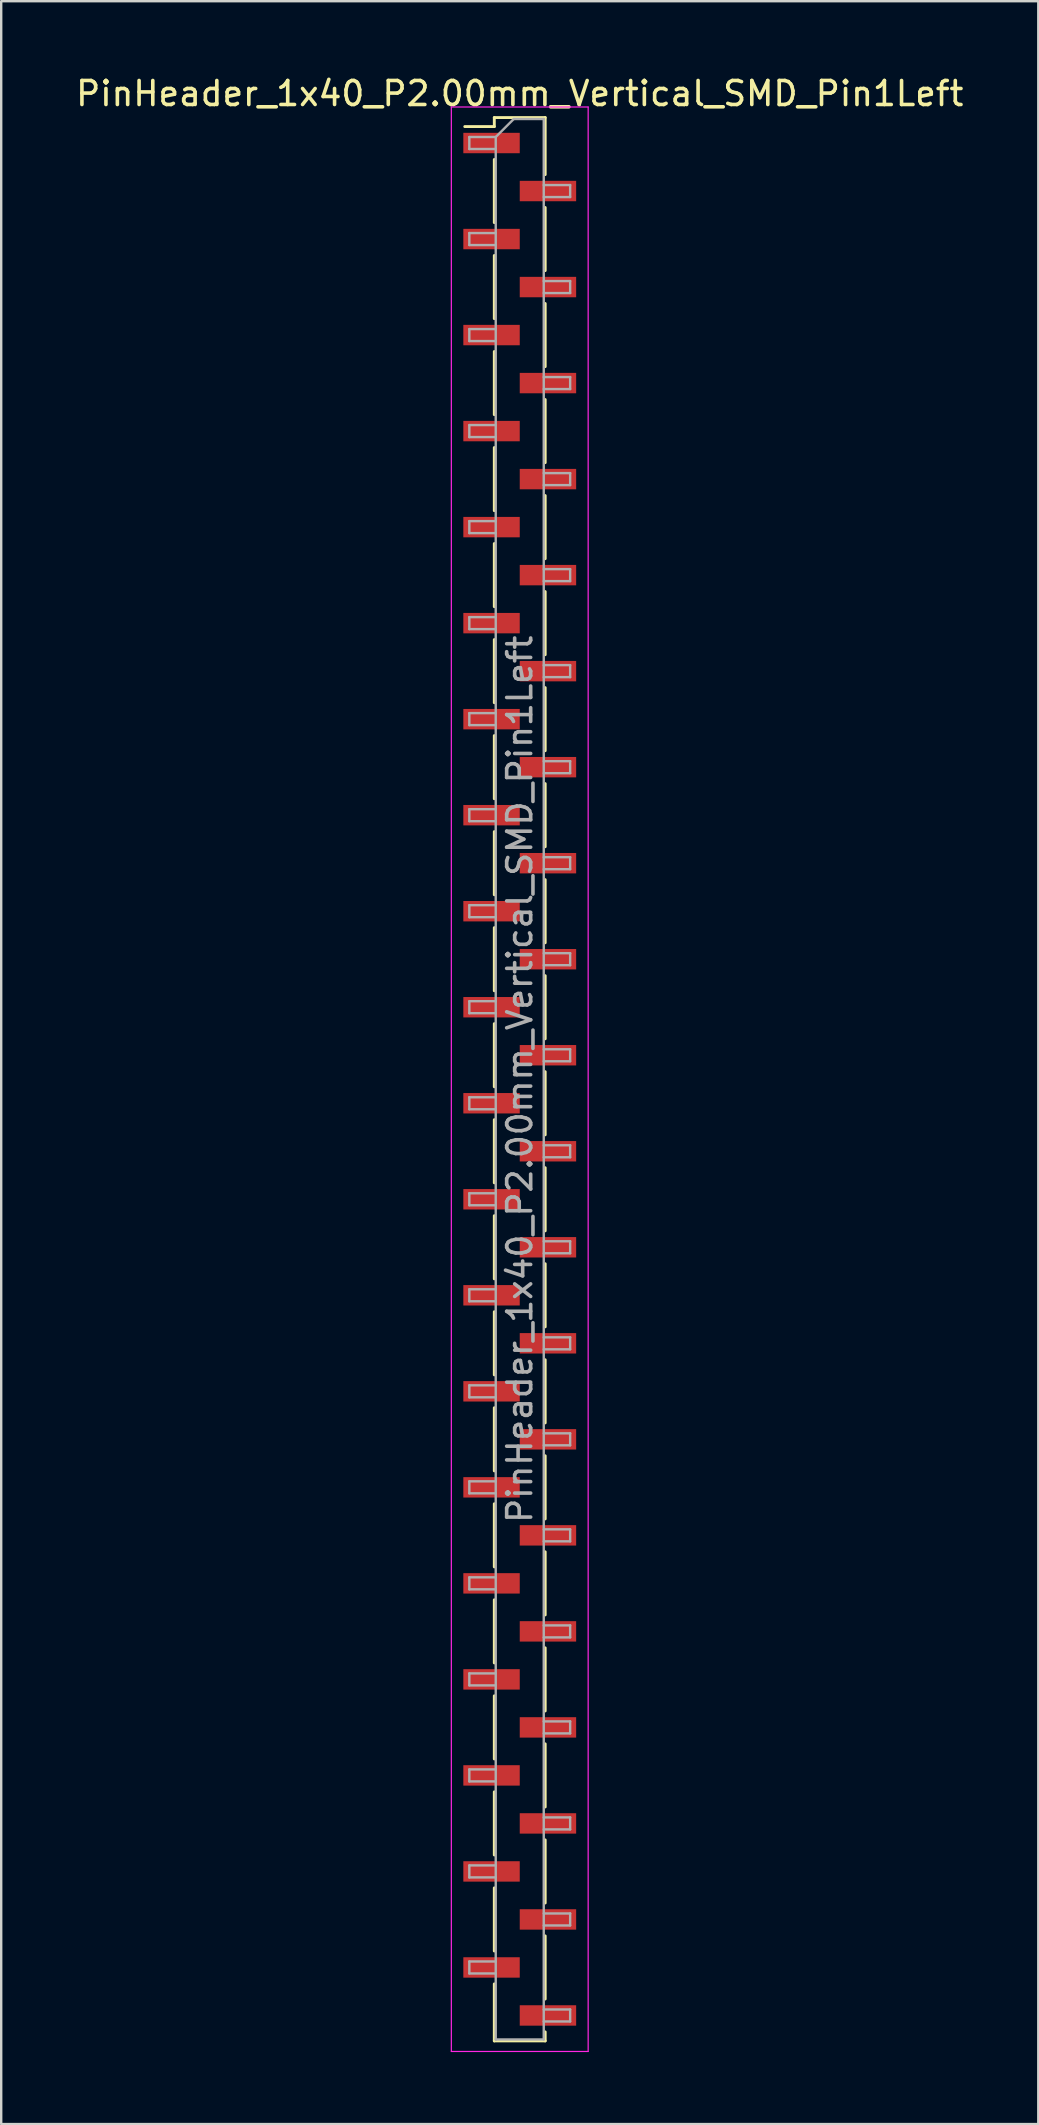
<source format=kicad_pcb>
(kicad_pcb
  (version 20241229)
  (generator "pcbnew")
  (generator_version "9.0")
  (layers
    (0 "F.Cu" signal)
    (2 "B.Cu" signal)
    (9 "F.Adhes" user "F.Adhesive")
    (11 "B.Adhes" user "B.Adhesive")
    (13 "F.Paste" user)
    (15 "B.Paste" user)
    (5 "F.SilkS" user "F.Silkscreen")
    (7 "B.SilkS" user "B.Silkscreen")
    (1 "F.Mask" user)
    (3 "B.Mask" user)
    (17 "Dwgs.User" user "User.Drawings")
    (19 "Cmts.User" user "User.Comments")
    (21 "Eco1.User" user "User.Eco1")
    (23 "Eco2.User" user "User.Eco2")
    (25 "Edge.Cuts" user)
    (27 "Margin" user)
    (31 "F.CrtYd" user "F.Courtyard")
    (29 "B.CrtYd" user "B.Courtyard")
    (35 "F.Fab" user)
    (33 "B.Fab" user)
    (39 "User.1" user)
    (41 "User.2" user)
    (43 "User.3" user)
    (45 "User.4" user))
  (footprint "PinHeader_1x40_P2.00mm_Vertical_SMD_Pin1Left"
    (layer "F.Cu")
    (at 18.601 41.908)
    (property "Reference" "PinHeader_1x40_P2.00mm_Vertical_SMD_Pin1Left" (at 0 -41.06 0) (layer "F.SilkS") (effects (font (size 1 1) (thickness 0.15))))
    (attr smd)
    (fp_line (start -1.06 -40.06) (end -1.06 -39.685) (stroke (width 0.12) (type solid)) (layer "F.SilkS"))
    (fp_line (start -1.06 -40.06) (end 1.06 -40.06) (stroke (width 0.12) (type solid)) (layer "F.SilkS"))
    (fp_line (start -1.06 -39.685) (end -2.29 -39.685) (stroke (width 0.12) (type solid)) (layer "F.SilkS"))
    (fp_line (start -1.06 -38.315) (end -1.06 -35.685) (stroke (width 0.12) (type solid)) (layer "F.SilkS"))
    (fp_line (start -1.06 -34.315) (end -1.06 -31.685) (stroke (width 0.12) (type solid)) (layer "F.SilkS"))
    (fp_line (start -1.06 -30.315) (end -1.06 -27.685) (stroke (width 0.12) (type solid)) (layer "F.SilkS"))
    (fp_line (start -1.06 -26.315) (end -1.06 -23.685) (stroke (width 0.12) (type solid)) (layer "F.SilkS"))
    (fp_line (start -1.06 -22.315) (end -1.06 -19.685) (stroke (width 0.12) (type solid)) (layer "F.SilkS"))
    (fp_line (start -1.06 -18.315) (end -1.06 -15.685) (stroke (width 0.12) (type solid)) (layer "F.SilkS"))
    (fp_line (start -1.06 -14.315) (end -1.06 -11.685) (stroke (width 0.12) (type solid)) (layer "F.SilkS"))
    (fp_line (start -1.06 -10.315) (end -1.06 -7.685) (stroke (width 0.12) (type solid)) (layer "F.SilkS"))
    (fp_line (start -1.06 -6.315) (end -1.06 -3.685) (stroke (width 0.12) (type solid)) (layer "F.SilkS"))
    (fp_line (start -1.06 -2.315) (end -1.06 0.315) (stroke (width 0.12) (type solid)) (layer "F.SilkS"))
    (fp_line (start -1.06 1.685) (end -1.06 4.315) (stroke (width 0.12) (type solid)) (layer "F.SilkS"))
    (fp_line (start -1.06 5.685) (end -1.06 8.315) (stroke (width 0.12) (type solid)) (layer "F.SilkS"))
    (fp_line (start -1.06 9.685) (end -1.06 12.315) (stroke (width 0.12) (type solid)) (layer "F.SilkS"))
    (fp_line (start -1.06 13.685) (end -1.06 16.315) (stroke (width 0.12) (type solid)) (layer "F.SilkS"))
    (fp_line (start -1.06 17.685) (end -1.06 20.315) (stroke (width 0.12) (type solid)) (layer "F.SilkS"))
    (fp_line (start -1.06 21.685) (end -1.06 24.315) (stroke (width 0.12) (type solid)) (layer "F.SilkS"))
    (fp_line (start -1.06 25.685) (end -1.06 28.315) (stroke (width 0.12) (type solid)) (layer "F.SilkS"))
    (fp_line (start -1.06 29.685) (end -1.06 32.315) (stroke (width 0.12) (type solid)) (layer "F.SilkS"))
    (fp_line (start -1.06 33.685) (end -1.06 36.315) (stroke (width 0.12) (type solid)) (layer "F.SilkS"))
    (fp_line (start -1.06 37.685) (end -1.06 40.06) (stroke (width 0.12) (type solid)) (layer "F.SilkS"))
    (fp_line (start -1.06 40.06) (end 1.06 40.06) (stroke (width 0.12) (type solid)) (layer "F.SilkS"))
    (fp_line (start 1.06 -40.06) (end 1.06 -37.685) (stroke (width 0.12) (type solid)) (layer "F.SilkS"))
    (fp_line (start 1.06 -36.315) (end 1.06 -33.685) (stroke (width 0.12) (type solid)) (layer "F.SilkS"))
    (fp_line (start 1.06 -32.315) (end 1.06 -29.685) (stroke (width 0.12) (type solid)) (layer "F.SilkS"))
    (fp_line (start 1.06 -28.315) (end 1.06 -25.685) (stroke (width 0.12) (type solid)) (layer "F.SilkS"))
    (fp_line (start 1.06 -24.315) (end 1.06 -21.685) (stroke (width 0.12) (type solid)) (layer "F.SilkS"))
    (fp_line (start 1.06 -20.315) (end 1.06 -17.685) (stroke (width 0.12) (type solid)) (layer "F.SilkS"))
    (fp_line (start 1.06 -16.315) (end 1.06 -13.685) (stroke (width 0.12) (type solid)) (layer "F.SilkS"))
    (fp_line (start 1.06 -12.315) (end 1.06 -9.685) (stroke (width 0.12) (type solid)) (layer "F.SilkS"))
    (fp_line (start 1.06 -8.315) (end 1.06 -5.685) (stroke (width 0.12) (type solid)) (layer "F.SilkS"))
    (fp_line (start 1.06 -4.315) (end 1.06 -1.685) (stroke (width 0.12) (type solid)) (layer "F.SilkS"))
    (fp_line (start 1.06 -0.315) (end 1.06 2.315) (stroke (width 0.12) (type solid)) (layer "F.SilkS"))
    (fp_line (start 1.06 3.685) (end 1.06 6.315) (stroke (width 0.12) (type solid)) (layer "F.SilkS"))
    (fp_line (start 1.06 7.685) (end 1.06 10.315) (stroke (width 0.12) (type solid)) (layer "F.SilkS"))
    (fp_line (start 1.06 11.685) (end 1.06 14.315) (stroke (width 0.12) (type solid)) (layer "F.SilkS"))
    (fp_line (start 1.06 15.685) (end 1.06 18.315) (stroke (width 0.12) (type solid)) (layer "F.SilkS"))
    (fp_line (start 1.06 19.685) (end 1.06 22.315) (stroke (width 0.12) (type solid)) (layer "F.SilkS"))
    (fp_line (start 1.06 23.685) (end 1.06 26.315) (stroke (width 0.12) (type solid)) (layer "F.SilkS"))
    (fp_line (start 1.06 27.685) (end 1.06 30.315) (stroke (width 0.12) (type solid)) (layer "F.SilkS"))
    (fp_line (start 1.06 31.685) (end 1.06 34.315) (stroke (width 0.12) (type solid)) (layer "F.SilkS"))
    (fp_line (start 1.06 35.685) (end 1.06 38.315) (stroke (width 0.12) (type solid)) (layer "F.SilkS"))
    (fp_line (start 1.06 39.685) (end 1.06 40.06) (stroke (width 0.12) (type solid)) (layer "F.SilkS"))
    (fp_line (start -2.85 -40.5) (end -2.85 40.5) (stroke (width 0.05) (type solid)) (layer "F.CrtYd"))
    (fp_line (start -2.85 40.5) (end 2.85 40.5) (stroke (width 0.05) (type solid)) (layer "F.CrtYd"))
    (fp_line (start 2.85 -40.5) (end -2.85 -40.5) (stroke (width 0.05) (type solid)) (layer "F.CrtYd"))
    (fp_line (start 2.85 40.5) (end 2.85 -40.5) (stroke (width 0.05) (type solid)) (layer "F.CrtYd"))
    (fp_line (start -2.1 -39.25) (end -2.1 -38.75) (stroke (width 0.1) (type solid)) (layer "F.Fab"))
    (fp_line (start -2.1 -38.75) (end -1 -38.75) (stroke (width 0.1) (type solid)) (layer "F.Fab"))
    (fp_line (start -2.1 -35.25) (end -2.1 -34.75) (stroke (width 0.1) (type solid)) (layer "F.Fab"))
    (fp_line (start -2.1 -34.75) (end -1 -34.75) (stroke (width 0.1) (type solid)) (layer "F.Fab"))
    (fp_line (start -2.1 -31.25) (end -2.1 -30.75) (stroke (width 0.1) (type solid)) (layer "F.Fab"))
    (fp_line (start -2.1 -30.75) (end -1 -30.75) (stroke (width 0.1) (type solid)) (layer "F.Fab"))
    (fp_line (start -2.1 -27.25) (end -2.1 -26.75) (stroke (width 0.1) (type solid)) (layer "F.Fab"))
    (fp_line (start -2.1 -26.75) (end -1 -26.75) (stroke (width 0.1) (type solid)) (layer "F.Fab"))
    (fp_line (start -2.1 -23.25) (end -2.1 -22.75) (stroke (width 0.1) (type solid)) (layer "F.Fab"))
    (fp_line (start -2.1 -22.75) (end -1 -22.75) (stroke (width 0.1) (type solid)) (layer "F.Fab"))
    (fp_line (start -2.1 -19.25) (end -2.1 -18.75) (stroke (width 0.1) (type solid)) (layer "F.Fab"))
    (fp_line (start -2.1 -18.75) (end -1 -18.75) (stroke (width 0.1) (type solid)) (layer "F.Fab"))
    (fp_line (start -2.1 -15.25) (end -2.1 -14.75) (stroke (width 0.1) (type solid)) (layer "F.Fab"))
    (fp_line (start -2.1 -14.75) (end -1 -14.75) (stroke (width 0.1) (type solid)) (layer "F.Fab"))
    (fp_line (start -2.1 -11.25) (end -2.1 -10.75) (stroke (width 0.1) (type solid)) (layer "F.Fab"))
    (fp_line (start -2.1 -10.75) (end -1 -10.75) (stroke (width 0.1) (type solid)) (layer "F.Fab"))
    (fp_line (start -2.1 -7.25) (end -2.1 -6.75) (stroke (width 0.1) (type solid)) (layer "F.Fab"))
    (fp_line (start -2.1 -6.75) (end -1 -6.75) (stroke (width 0.1) (type solid)) (layer "F.Fab"))
    (fp_line (start -2.1 -3.25) (end -2.1 -2.75) (stroke (width 0.1) (type solid)) (layer "F.Fab"))
    (fp_line (start -2.1 -2.75) (end -1 -2.75) (stroke (width 0.1) (type solid)) (layer "F.Fab"))
    (fp_line (start -2.1 0.75) (end -2.1 1.25) (stroke (width 0.1) (type solid)) (layer "F.Fab"))
    (fp_line (start -2.1 1.25) (end -1 1.25) (stroke (width 0.1) (type solid)) (layer "F.Fab"))
    (fp_line (start -2.1 4.75) (end -2.1 5.25) (stroke (width 0.1) (type solid)) (layer "F.Fab"))
    (fp_line (start -2.1 5.25) (end -1 5.25) (stroke (width 0.1) (type solid)) (layer "F.Fab"))
    (fp_line (start -2.1 8.75) (end -2.1 9.25) (stroke (width 0.1) (type solid)) (layer "F.Fab"))
    (fp_line (start -2.1 9.25) (end -1 9.25) (stroke (width 0.1) (type solid)) (layer "F.Fab"))
    (fp_line (start -2.1 12.75) (end -2.1 13.25) (stroke (width 0.1) (type solid)) (layer "F.Fab"))
    (fp_line (start -2.1 13.25) (end -1 13.25) (stroke (width 0.1) (type solid)) (layer "F.Fab"))
    (fp_line (start -2.1 16.75) (end -2.1 17.25) (stroke (width 0.1) (type solid)) (layer "F.Fab"))
    (fp_line (start -2.1 17.25) (end -1 17.25) (stroke (width 0.1) (type solid)) (layer "F.Fab"))
    (fp_line (start -2.1 20.75) (end -2.1 21.25) (stroke (width 0.1) (type solid)) (layer "F.Fab"))
    (fp_line (start -2.1 21.25) (end -1 21.25) (stroke (width 0.1) (type solid)) (layer "F.Fab"))
    (fp_line (start -2.1 24.75) (end -2.1 25.25) (stroke (width 0.1) (type solid)) (layer "F.Fab"))
    (fp_line (start -2.1 25.25) (end -1 25.25) (stroke (width 0.1) (type solid)) (layer "F.Fab"))
    (fp_line (start -2.1 28.75) (end -2.1 29.25) (stroke (width 0.1) (type solid)) (layer "F.Fab"))
    (fp_line (start -2.1 29.25) (end -1 29.25) (stroke (width 0.1) (type solid)) (layer "F.Fab"))
    (fp_line (start -2.1 32.75) (end -2.1 33.25) (stroke (width 0.1) (type solid)) (layer "F.Fab"))
    (fp_line (start -2.1 33.25) (end -1 33.25) (stroke (width 0.1) (type solid)) (layer "F.Fab"))
    (fp_line (start -2.1 36.75) (end -2.1 37.25) (stroke (width 0.1) (type solid)) (layer "F.Fab"))
    (fp_line (start -2.1 37.25) (end -1 37.25) (stroke (width 0.1) (type solid)) (layer "F.Fab"))
    (fp_line (start -1 -39.25) (end -2.1 -39.25) (stroke (width 0.1) (type solid)) (layer "F.Fab"))
    (fp_line (start -1 -39.25) (end -0.25 -40) (stroke (width 0.1) (type solid)) (layer "F.Fab"))
    (fp_line (start -1 -35.25) (end -2.1 -35.25) (stroke (width 0.1) (type solid)) (layer "F.Fab"))
    (fp_line (start -1 -31.25) (end -2.1 -31.25) (stroke (width 0.1) (type solid)) (layer "F.Fab"))
    (fp_line (start -1 -27.25) (end -2.1 -27.25) (stroke (width 0.1) (type solid)) (layer "F.Fab"))
    (fp_line (start -1 -23.25) (end -2.1 -23.25) (stroke (width 0.1) (type solid)) (layer "F.Fab"))
    (fp_line (start -1 -19.25) (end -2.1 -19.25) (stroke (width 0.1) (type solid)) (layer "F.Fab"))
    (fp_line (start -1 -15.25) (end -2.1 -15.25) (stroke (width 0.1) (type solid)) (layer "F.Fab"))
    (fp_line (start -1 -11.25) (end -2.1 -11.25) (stroke (width 0.1) (type solid)) (layer "F.Fab"))
    (fp_line (start -1 -7.25) (end -2.1 -7.25) (stroke (width 0.1) (type solid)) (layer "F.Fab"))
    (fp_line (start -1 -3.25) (end -2.1 -3.25) (stroke (width 0.1) (type solid)) (layer "F.Fab"))
    (fp_line (start -1 0.75) (end -2.1 0.75) (stroke (width 0.1) (type solid)) (layer "F.Fab"))
    (fp_line (start -1 4.75) (end -2.1 4.75) (stroke (width 0.1) (type solid)) (layer "F.Fab"))
    (fp_line (start -1 8.75) (end -2.1 8.75) (stroke (width 0.1) (type solid)) (layer "F.Fab"))
    (fp_line (start -1 12.75) (end -2.1 12.75) (stroke (width 0.1) (type solid)) (layer "F.Fab"))
    (fp_line (start -1 16.75) (end -2.1 16.75) (stroke (width 0.1) (type solid)) (layer "F.Fab"))
    (fp_line (start -1 20.75) (end -2.1 20.75) (stroke (width 0.1) (type solid)) (layer "F.Fab"))
    (fp_line (start -1 24.75) (end -2.1 24.75) (stroke (width 0.1) (type solid)) (layer "F.Fab"))
    (fp_line (start -1 28.75) (end -2.1 28.75) (stroke (width 0.1) (type solid)) (layer "F.Fab"))
    (fp_line (start -1 32.75) (end -2.1 32.75) (stroke (width 0.1) (type solid)) (layer "F.Fab"))
    (fp_line (start -1 36.75) (end -2.1 36.75) (stroke (width 0.1) (type solid)) (layer "F.Fab"))
    (fp_line (start -1 40) (end -1 -39.25) (stroke (width 0.1) (type solid)) (layer "F.Fab"))
    (fp_line (start -0.25 -40) (end 1 -40) (stroke (width 0.1) (type solid)) (layer "F.Fab"))
    (fp_line (start 1 -40) (end 1 40) (stroke (width 0.1) (type solid)) (layer "F.Fab"))
    (fp_line (start 1 -37.25) (end 2.1 -37.25) (stroke (width 0.1) (type solid)) (layer "F.Fab"))
    (fp_line (start 1 -33.25) (end 2.1 -33.25) (stroke (width 0.1) (type solid)) (layer "F.Fab"))
    (fp_line (start 1 -29.25) (end 2.1 -29.25) (stroke (width 0.1) (type solid)) (layer "F.Fab"))
    (fp_line (start 1 -25.25) (end 2.1 -25.25) (stroke (width 0.1) (type solid)) (layer "F.Fab"))
    (fp_line (start 1 -21.25) (end 2.1 -21.25) (stroke (width 0.1) (type solid)) (layer "F.Fab"))
    (fp_line (start 1 -17.25) (end 2.1 -17.25) (stroke (width 0.1) (type solid)) (layer "F.Fab"))
    (fp_line (start 1 -13.25) (end 2.1 -13.25) (stroke (width 0.1) (type solid)) (layer "F.Fab"))
    (fp_line (start 1 -9.25) (end 2.1 -9.25) (stroke (width 0.1) (type solid)) (layer "F.Fab"))
    (fp_line (start 1 -5.25) (end 2.1 -5.25) (stroke (width 0.1) (type solid)) (layer "F.Fab"))
    (fp_line (start 1 -1.25) (end 2.1 -1.25) (stroke (width 0.1) (type solid)) (layer "F.Fab"))
    (fp_line (start 1 2.75) (end 2.1 2.75) (stroke (width 0.1) (type solid)) (layer "F.Fab"))
    (fp_line (start 1 6.75) (end 2.1 6.75) (stroke (width 0.1) (type solid)) (layer "F.Fab"))
    (fp_line (start 1 10.75) (end 2.1 10.75) (stroke (width 0.1) (type solid)) (layer "F.Fab"))
    (fp_line (start 1 14.75) (end 2.1 14.75) (stroke (width 0.1) (type solid)) (layer "F.Fab"))
    (fp_line (start 1 18.75) (end 2.1 18.75) (stroke (width 0.1) (type solid)) (layer "F.Fab"))
    (fp_line (start 1 22.75) (end 2.1 22.75) (stroke (width 0.1) (type solid)) (layer "F.Fab"))
    (fp_line (start 1 26.75) (end 2.1 26.75) (stroke (width 0.1) (type solid)) (layer "F.Fab"))
    (fp_line (start 1 30.75) (end 2.1 30.75) (stroke (width 0.1) (type solid)) (layer "F.Fab"))
    (fp_line (start 1 34.75) (end 2.1 34.75) (stroke (width 0.1) (type solid)) (layer "F.Fab"))
    (fp_line (start 1 38.75) (end 2.1 38.75) (stroke (width 0.1) (type solid)) (layer "F.Fab"))
    (fp_line (start 1 40) (end -1 40) (stroke (width 0.1) (type solid)) (layer "F.Fab"))
    (fp_line (start 2.1 -37.25) (end 2.1 -36.75) (stroke (width 0.1) (type solid)) (layer "F.Fab"))
    (fp_line (start 2.1 -36.75) (end 1 -36.75) (stroke (width 0.1) (type solid)) (layer "F.Fab"))
    (fp_line (start 2.1 -33.25) (end 2.1 -32.75) (stroke (width 0.1) (type solid)) (layer "F.Fab"))
    (fp_line (start 2.1 -32.75) (end 1 -32.75) (stroke (width 0.1) (type solid)) (layer "F.Fab"))
    (fp_line (start 2.1 -29.25) (end 2.1 -28.75) (stroke (width 0.1) (type solid)) (layer "F.Fab"))
    (fp_line (start 2.1 -28.75) (end 1 -28.75) (stroke (width 0.1) (type solid)) (layer "F.Fab"))
    (fp_line (start 2.1 -25.25) (end 2.1 -24.75) (stroke (width 0.1) (type solid)) (layer "F.Fab"))
    (fp_line (start 2.1 -24.75) (end 1 -24.75) (stroke (width 0.1) (type solid)) (layer "F.Fab"))
    (fp_line (start 2.1 -21.25) (end 2.1 -20.75) (stroke (width 0.1) (type solid)) (layer "F.Fab"))
    (fp_line (start 2.1 -20.75) (end 1 -20.75) (stroke (width 0.1) (type solid)) (layer "F.Fab"))
    (fp_line (start 2.1 -17.25) (end 2.1 -16.75) (stroke (width 0.1) (type solid)) (layer "F.Fab"))
    (fp_line (start 2.1 -16.75) (end 1 -16.75) (stroke (width 0.1) (type solid)) (layer "F.Fab"))
    (fp_line (start 2.1 -13.25) (end 2.1 -12.75) (stroke (width 0.1) (type solid)) (layer "F.Fab"))
    (fp_line (start 2.1 -12.75) (end 1 -12.75) (stroke (width 0.1) (type solid)) (layer "F.Fab"))
    (fp_line (start 2.1 -9.25) (end 2.1 -8.75) (stroke (width 0.1) (type solid)) (layer "F.Fab"))
    (fp_line (start 2.1 -8.75) (end 1 -8.75) (stroke (width 0.1) (type solid)) (layer "F.Fab"))
    (fp_line (start 2.1 -5.25) (end 2.1 -4.75) (stroke (width 0.1) (type solid)) (layer "F.Fab"))
    (fp_line (start 2.1 -4.75) (end 1 -4.75) (stroke (width 0.1) (type solid)) (layer "F.Fab"))
    (fp_line (start 2.1 -1.25) (end 2.1 -0.75) (stroke (width 0.1) (type solid)) (layer "F.Fab"))
    (fp_line (start 2.1 -0.75) (end 1 -0.75) (stroke (width 0.1) (type solid)) (layer "F.Fab"))
    (fp_line (start 2.1 2.75) (end 2.1 3.25) (stroke (width 0.1) (type solid)) (layer "F.Fab"))
    (fp_line (start 2.1 3.25) (end 1 3.25) (stroke (width 0.1) (type solid)) (layer "F.Fab"))
    (fp_line (start 2.1 6.75) (end 2.1 7.25) (stroke (width 0.1) (type solid)) (layer "F.Fab"))
    (fp_line (start 2.1 7.25) (end 1 7.25) (stroke (width 0.1) (type solid)) (layer "F.Fab"))
    (fp_line (start 2.1 10.75) (end 2.1 11.25) (stroke (width 0.1) (type solid)) (layer "F.Fab"))
    (fp_line (start 2.1 11.25) (end 1 11.25) (stroke (width 0.1) (type solid)) (layer "F.Fab"))
    (fp_line (start 2.1 14.75) (end 2.1 15.25) (stroke (width 0.1) (type solid)) (layer "F.Fab"))
    (fp_line (start 2.1 15.25) (end 1 15.25) (stroke (width 0.1) (type solid)) (layer "F.Fab"))
    (fp_line (start 2.1 18.75) (end 2.1 19.25) (stroke (width 0.1) (type solid)) (layer "F.Fab"))
    (fp_line (start 2.1 19.25) (end 1 19.25) (stroke (width 0.1) (type solid)) (layer "F.Fab"))
    (fp_line (start 2.1 22.75) (end 2.1 23.25) (stroke (width 0.1) (type solid)) (layer "F.Fab"))
    (fp_line (start 2.1 23.25) (end 1 23.25) (stroke (width 0.1) (type solid)) (layer "F.Fab"))
    (fp_line (start 2.1 26.75) (end 2.1 27.25) (stroke (width 0.1) (type solid)) (layer "F.Fab"))
    (fp_line (start 2.1 27.25) (end 1 27.25) (stroke (width 0.1) (type solid)) (layer "F.Fab"))
    (fp_line (start 2.1 30.75) (end 2.1 31.25) (stroke (width 0.1) (type solid)) (layer "F.Fab"))
    (fp_line (start 2.1 31.25) (end 1 31.25) (stroke (width 0.1) (type solid)) (layer "F.Fab"))
    (fp_line (start 2.1 34.75) (end 2.1 35.25) (stroke (width 0.1) (type solid)) (layer "F.Fab"))
    (fp_line (start 2.1 35.25) (end 1 35.25) (stroke (width 0.1) (type solid)) (layer "F.Fab"))
    (fp_line (start 2.1 38.75) (end 2.1 39.25) (stroke (width 0.1) (type solid)) (layer "F.Fab"))
    (fp_line (start 2.1 39.25) (end 1 39.25) (stroke (width 0.1) (type solid)) (layer "F.Fab"))
    (fp_text user "${REFERENCE}" (at 0 0 90) (layer "F.Fab") (effects (font (size 1 1) (thickness 0.15))))
    (pad "1" smd rect (at -1.175 -39) (size 2.35 0.85) (layers "F.Cu" "F.Mask" "F.Paste"))
    (pad "2" smd rect (at 1.175 -37) (size 2.35 0.85) (layers "F.Cu" "F.Mask" "F.Paste"))
    (pad "3" smd rect (at -1.175 -35) (size 2.35 0.85) (layers "F.Cu" "F.Mask" "F.Paste"))
    (pad "4" smd rect (at 1.175 -33) (size 2.35 0.85) (layers "F.Cu" "F.Mask" "F.Paste"))
    (pad "5" smd rect (at -1.175 -31) (size 2.35 0.85) (layers "F.Cu" "F.Mask" "F.Paste"))
    (pad "6" smd rect (at 1.175 -29) (size 2.35 0.85) (layers "F.Cu" "F.Mask" "F.Paste"))
    (pad "7" smd rect (at -1.175 -27) (size 2.35 0.85) (layers "F.Cu" "F.Mask" "F.Paste"))
    (pad "8" smd rect (at 1.175 -25) (size 2.35 0.85) (layers "F.Cu" "F.Mask" "F.Paste"))
    (pad "9" smd rect (at -1.175 -23) (size 2.35 0.85) (layers "F.Cu" "F.Mask" "F.Paste"))
    (pad "10" smd rect (at 1.175 -21) (size 2.35 0.85) (layers "F.Cu" "F.Mask" "F.Paste"))
    (pad "11" smd rect (at -1.175 -19) (size 2.35 0.85) (layers "F.Cu" "F.Mask" "F.Paste"))
    (pad "12" smd rect (at 1.175 -17) (size 2.35 0.85) (layers "F.Cu" "F.Mask" "F.Paste"))
    (pad "13" smd rect (at -1.175 -15) (size 2.35 0.85) (layers "F.Cu" "F.Mask" "F.Paste"))
    (pad "14" smd rect (at 1.175 -13) (size 2.35 0.85) (layers "F.Cu" "F.Mask" "F.Paste"))
    (pad "15" smd rect (at -1.175 -11) (size 2.35 0.85) (layers "F.Cu" "F.Mask" "F.Paste"))
    (pad "16" smd rect (at 1.175 -9) (size 2.35 0.85) (layers "F.Cu" "F.Mask" "F.Paste"))
    (pad "17" smd rect (at -1.175 -7) (size 2.35 0.85) (layers "F.Cu" "F.Mask" "F.Paste"))
    (pad "18" smd rect (at 1.175 -5) (size 2.35 0.85) (layers "F.Cu" "F.Mask" "F.Paste"))
    (pad "19" smd rect (at -1.175 -3) (size 2.35 0.85) (layers "F.Cu" "F.Mask" "F.Paste"))
    (pad "20" smd rect (at 1.175 -1) (size 2.35 0.85) (layers "F.Cu" "F.Mask" "F.Paste"))
    (pad "21" smd rect (at -1.175 1) (size 2.35 0.85) (layers "F.Cu" "F.Mask" "F.Paste"))
    (pad "22" smd rect (at 1.175 3) (size 2.35 0.85) (layers "F.Cu" "F.Mask" "F.Paste"))
    (pad "23" smd rect (at -1.175 5) (size 2.35 0.85) (layers "F.Cu" "F.Mask" "F.Paste"))
    (pad "24" smd rect (at 1.175 7) (size 2.35 0.85) (layers "F.Cu" "F.Mask" "F.Paste"))
    (pad "25" smd rect (at -1.175 9) (size 2.35 0.85) (layers "F.Cu" "F.Mask" "F.Paste"))
    (pad "26" smd rect (at 1.175 11) (size 2.35 0.85) (layers "F.Cu" "F.Mask" "F.Paste"))
    (pad "27" smd rect (at -1.175 13) (size 2.35 0.85) (layers "F.Cu" "F.Mask" "F.Paste"))
    (pad "28" smd rect (at 1.175 15) (size 2.35 0.85) (layers "F.Cu" "F.Mask" "F.Paste"))
    (pad "29" smd rect (at -1.175 17) (size 2.35 0.85) (layers "F.Cu" "F.Mask" "F.Paste"))
    (pad "30" smd rect (at 1.175 19) (size 2.35 0.85) (layers "F.Cu" "F.Mask" "F.Paste"))
    (pad "31" smd rect (at -1.175 21) (size 2.35 0.85) (layers "F.Cu" "F.Mask" "F.Paste"))
    (pad "32" smd rect (at 1.175 23) (size 2.35 0.85) (layers "F.Cu" "F.Mask" "F.Paste"))
    (pad "33" smd rect (at -1.175 25) (size 2.35 0.85) (layers "F.Cu" "F.Mask" "F.Paste"))
    (pad "34" smd rect (at 1.175 27) (size 2.35 0.85) (layers "F.Cu" "F.Mask" "F.Paste"))
    (pad "35" smd rect (at -1.175 29) (size 2.35 0.85) (layers "F.Cu" "F.Mask" "F.Paste"))
    (pad "36" smd rect (at 1.175 31) (size 2.35 0.85) (layers "F.Cu" "F.Mask" "F.Paste"))
    (pad "37" smd rect (at -1.175 33) (size 2.35 0.85) (layers "F.Cu" "F.Mask" "F.Paste"))
    (pad "38" smd rect (at 1.175 35) (size 2.35 0.85) (layers "F.Cu" "F.Mask" "F.Paste"))
    (pad "39" smd rect (at -1.175 37) (size 2.35 0.85) (layers "F.Cu" "F.Mask" "F.Paste"))
    (pad "40" smd rect (at 1.175 39) (size 2.35 0.85) (layers "F.Cu" "F.Mask" "F.Paste")))
  (gr_rect
    (start -3 -3)
    (end 40.202 85.433)
    (stroke (width 0.1) (type default))
    (fill no)
    (layer "Edge.Cuts")))
</source>
